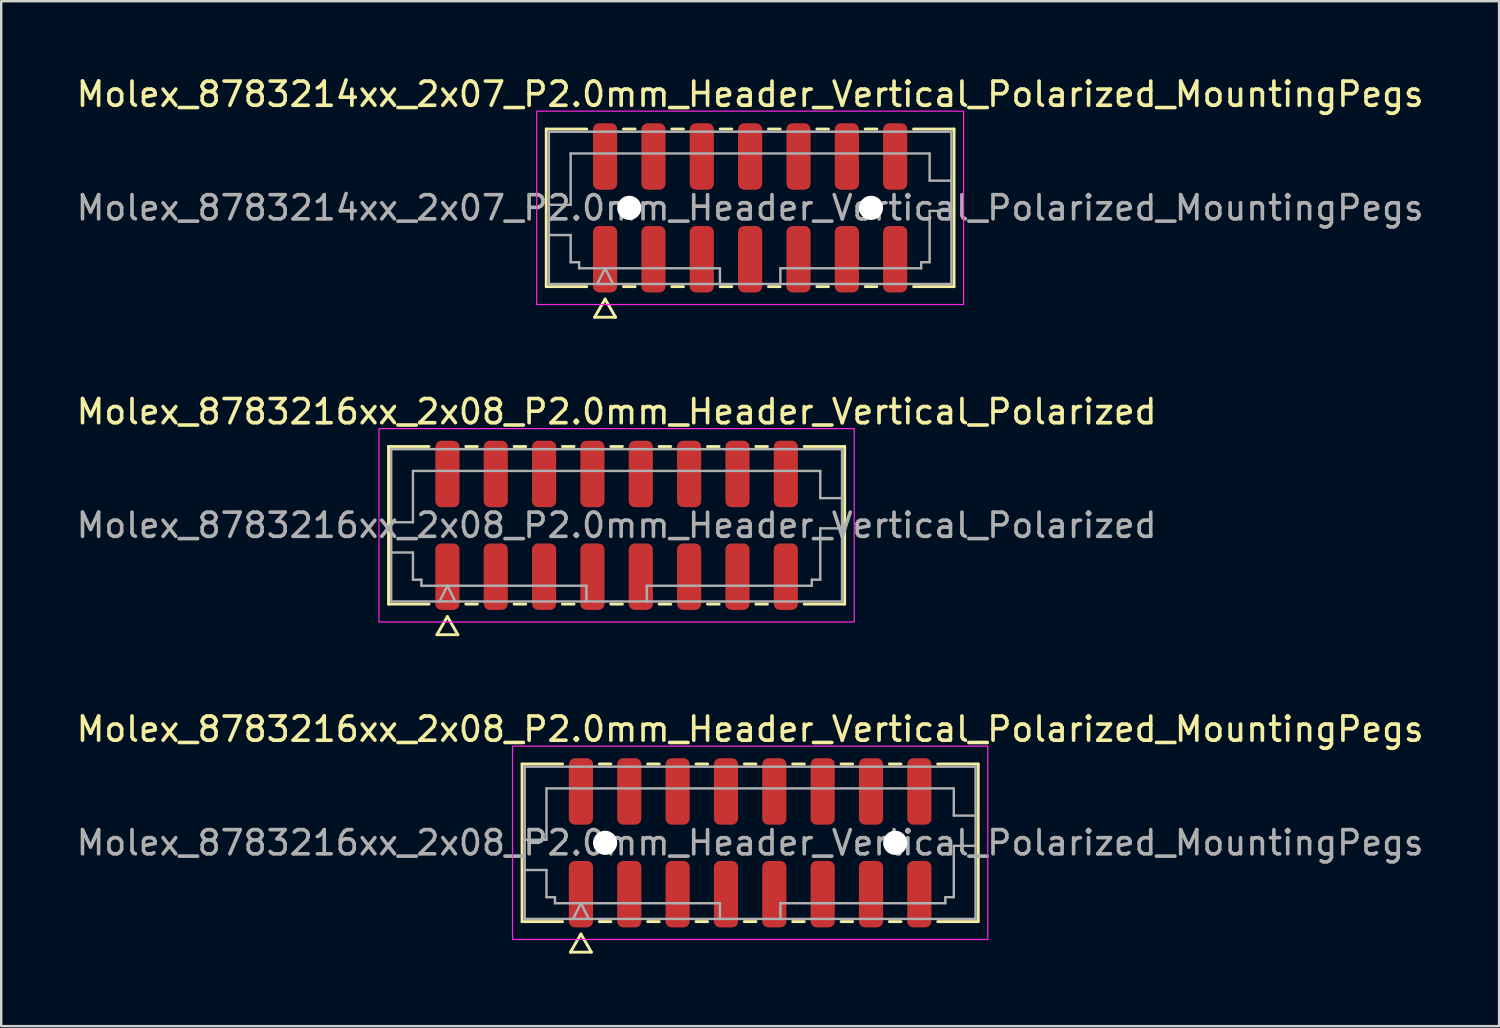
<source format=kicad_pcb>
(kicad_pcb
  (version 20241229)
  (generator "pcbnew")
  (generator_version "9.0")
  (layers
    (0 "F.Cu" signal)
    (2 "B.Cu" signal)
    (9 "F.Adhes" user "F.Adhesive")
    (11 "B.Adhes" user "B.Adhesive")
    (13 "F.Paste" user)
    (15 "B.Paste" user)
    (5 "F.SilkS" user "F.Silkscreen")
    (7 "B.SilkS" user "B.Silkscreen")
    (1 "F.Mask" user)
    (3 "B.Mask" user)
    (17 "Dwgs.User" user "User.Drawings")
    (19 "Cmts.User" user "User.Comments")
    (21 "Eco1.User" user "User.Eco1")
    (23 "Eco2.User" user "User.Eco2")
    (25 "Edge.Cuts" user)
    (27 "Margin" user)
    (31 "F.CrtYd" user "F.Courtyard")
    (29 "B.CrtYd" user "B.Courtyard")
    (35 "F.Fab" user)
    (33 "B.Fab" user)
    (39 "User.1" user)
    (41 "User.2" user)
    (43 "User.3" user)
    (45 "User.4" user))
  (footprint "Molex_8783216xx_2x08_P2.0mm_Header_Vertical_Polarized"
    (layer "F.Cu")
    (at 22.458 18.681)
    (property "Reference" "Molex_8783216xx_2x08_P2.0mm_Header_Vertical_Polarized" (at 0 -4.7 0) (layer "F.SilkS") (effects (font (size 1 1) (thickness 0.15))))
    (attr smd)
    (fp_line (start -9.435 -3.26) (end -7.76 -3.26) (stroke (width 0.12) (type solid)) (layer "F.SilkS"))
    (fp_line (start -9.435 3.26) (end -9.435 -3.26) (stroke (width 0.12) (type solid)) (layer "F.SilkS"))
    (fp_line (start -7.76 3.26) (end -9.435 3.26) (stroke (width 0.12) (type solid)) (layer "F.SilkS"))
    (fp_line (start -7.433 4.525) (end -7 3.775) (stroke (width 0.12) (type solid)) (layer "F.SilkS"))
    (fp_line (start -7 3.775) (end -6.567 4.525) (stroke (width 0.12) (type solid)) (layer "F.SilkS"))
    (fp_line (start -6.567 4.525) (end -7.433 4.525) (stroke (width 0.12) (type solid)) (layer "F.SilkS"))
    (fp_line (start -6.24 -3.26) (end -5.76 -3.26) (stroke (width 0.12) (type solid)) (layer "F.SilkS"))
    (fp_line (start -5.76 3.26) (end -6.24 3.26) (stroke (width 0.12) (type solid)) (layer "F.SilkS"))
    (fp_line (start -4.24 -3.26) (end -3.76 -3.26) (stroke (width 0.12) (type solid)) (layer "F.SilkS"))
    (fp_line (start -3.76 3.26) (end -4.24 3.26) (stroke (width 0.12) (type solid)) (layer "F.SilkS"))
    (fp_line (start -2.24 -3.26) (end -1.76 -3.26) (stroke (width 0.12) (type solid)) (layer "F.SilkS"))
    (fp_line (start -1.76 3.26) (end -2.24 3.26) (stroke (width 0.12) (type solid)) (layer "F.SilkS"))
    (fp_line (start -0.24 -3.26) (end 0.24 -3.26) (stroke (width 0.12) (type solid)) (layer "F.SilkS"))
    (fp_line (start 0.24 3.26) (end -0.24 3.26) (stroke (width 0.12) (type solid)) (layer "F.SilkS"))
    (fp_line (start 1.76 -3.26) (end 2.24 -3.26) (stroke (width 0.12) (type solid)) (layer "F.SilkS"))
    (fp_line (start 2.24 3.26) (end 1.76 3.26) (stroke (width 0.12) (type solid)) (layer "F.SilkS"))
    (fp_line (start 3.76 -3.26) (end 4.24 -3.26) (stroke (width 0.12) (type solid)) (layer "F.SilkS"))
    (fp_line (start 4.24 3.26) (end 3.76 3.26) (stroke (width 0.12) (type solid)) (layer "F.SilkS"))
    (fp_line (start 5.76 -3.26) (end 6.24 -3.26) (stroke (width 0.12) (type solid)) (layer "F.SilkS"))
    (fp_line (start 6.24 3.26) (end 5.76 3.26) (stroke (width 0.12) (type solid)) (layer "F.SilkS"))
    (fp_line (start 7.76 -3.26) (end 9.435 -3.26) (stroke (width 0.12) (type solid)) (layer "F.SilkS"))
    (fp_line (start 9.435 -3.26) (end 9.435 3.26) (stroke (width 0.12) (type solid)) (layer "F.SilkS"))
    (fp_line (start 9.435 3.26) (end 7.76 3.26) (stroke (width 0.12) (type solid)) (layer "F.SilkS"))
    (fp_rect (start -9.83 -4) (end 9.83 4) (stroke (width 0.05) (type solid)) (fill no) (layer "F.CrtYd"))
    (fp_line (start -9.325 -3.15) (end 9.325 -3.15) (stroke (width 0.1) (type solid)) (layer "F.Fab"))
    (fp_line (start -9.325 -0.125) (end -8.425 -0.125) (stroke (width 0.1) (type solid)) (layer "F.Fab"))
    (fp_line (start -9.325 1.125) (end -8.425 1.125) (stroke (width 0.1) (type solid)) (layer "F.Fab"))
    (fp_line (start -9.325 3.15) (end -9.325 -3.15) (stroke (width 0.1) (type solid)) (layer "F.Fab"))
    (fp_line (start -8.425 -2.25) (end 8.425 -2.25) (stroke (width 0.1) (type solid)) (layer "F.Fab"))
    (fp_line (start -8.425 -0.125) (end -8.425 -2.25) (stroke (width 0.1) (type solid)) (layer "F.Fab"))
    (fp_line (start -8.425 1.125) (end -8.425 2.25) (stroke (width 0.1) (type solid)) (layer "F.Fab"))
    (fp_line (start -8.425 2.25) (end -8.075 2.25) (stroke (width 0.1) (type solid)) (layer "F.Fab"))
    (fp_line (start -8.075 2.25) (end -8.075 2.5) (stroke (width 0.1) (type solid)) (layer "F.Fab"))
    (fp_line (start -8.075 2.5) (end -1.25 2.5) (stroke (width 0.1) (type solid)) (layer "F.Fab"))
    (fp_line (start -7.325 3.15) (end -7 2.5) (stroke (width 0.1) (type solid)) (layer "F.Fab"))
    (fp_line (start -7 2.5) (end -6.675 3.15) (stroke (width 0.1) (type solid)) (layer "F.Fab"))
    (fp_line (start -1.25 2.5) (end -1.25 3.15) (stroke (width 0.1) (type solid)) (layer "F.Fab"))
    (fp_line (start 1.25 2.5) (end 1.25 3.15) (stroke (width 0.1) (type solid)) (layer "F.Fab"))
    (fp_line (start 1.25 2.5) (end 8.075 2.5) (stroke (width 0.1) (type solid)) (layer "F.Fab"))
    (fp_line (start 8.075 2.25) (end 8.425 2.25) (stroke (width 0.1) (type solid)) (layer "F.Fab"))
    (fp_line (start 8.075 2.5) (end 8.075 2.25) (stroke (width 0.1) (type solid)) (layer "F.Fab"))
    (fp_line (start 8.425 -2.25) (end 8.425 -1.125) (stroke (width 0.1) (type solid)) (layer "F.Fab"))
    (fp_line (start 8.425 -1.125) (end 9.325 -1.125) (stroke (width 0.1) (type solid)) (layer "F.Fab"))
    (fp_line (start 8.425 0.125) (end 9.325 0.125) (stroke (width 0.1) (type solid)) (layer "F.Fab"))
    (fp_line (start 8.425 2.25) (end 8.425 0.125) (stroke (width 0.1) (type solid)) (layer "F.Fab"))
    (fp_line (start 9.325 -3.15) (end 9.325 3.15) (stroke (width 0.1) (type solid)) (layer "F.Fab"))
    (fp_line (start 9.325 3.15) (end -9.325 3.15) (stroke (width 0.1) (type solid)) (layer "F.Fab"))
    (fp_text user "${REFERENCE}" (at 0 0 0) (layer "F.Fab") (effects (font (size 1 1) (thickness 0.15))))
    (pad "1" smd roundrect (at -7 2.125) (size 1 2.75) (layers "F.Cu" "F.Mask" "F.Paste") (roundrect_rratio 0.25))
    (pad "2" smd roundrect (at -7 -2.125) (size 1 2.75) (layers "F.Cu" "F.Mask" "F.Paste") (roundrect_rratio 0.25))
    (pad "3" smd roundrect (at -5 2.125) (size 1 2.75) (layers "F.Cu" "F.Mask" "F.Paste") (roundrect_rratio 0.25))
    (pad "4" smd roundrect (at -5 -2.125) (size 1 2.75) (layers "F.Cu" "F.Mask" "F.Paste") (roundrect_rratio 0.25))
    (pad "5" smd roundrect (at -3 2.125) (size 1 2.75) (layers "F.Cu" "F.Mask" "F.Paste") (roundrect_rratio 0.25))
    (pad "6" smd roundrect (at -3 -2.125) (size 1 2.75) (layers "F.Cu" "F.Mask" "F.Paste") (roundrect_rratio 0.25))
    (pad "7" smd roundrect (at -1 2.125) (size 1 2.75) (layers "F.Cu" "F.Mask" "F.Paste") (roundrect_rratio 0.25))
    (pad "8" smd roundrect (at -1 -2.125) (size 1 2.75) (layers "F.Cu" "F.Mask" "F.Paste") (roundrect_rratio 0.25))
    (pad "9" smd roundrect (at 1 2.125) (size 1 2.75) (layers "F.Cu" "F.Mask" "F.Paste") (roundrect_rratio 0.25))
    (pad "10" smd roundrect (at 1 -2.125) (size 1 2.75) (layers "F.Cu" "F.Mask" "F.Paste") (roundrect_rratio 0.25))
    (pad "11" smd roundrect (at 3 2.125) (size 1 2.75) (layers "F.Cu" "F.Mask" "F.Paste") (roundrect_rratio 0.25))
    (pad "12" smd roundrect (at 3 -2.125) (size 1 2.75) (layers "F.Cu" "F.Mask" "F.Paste") (roundrect_rratio 0.25))
    (pad "13" smd roundrect (at 5 2.125) (size 1 2.75) (layers "F.Cu" "F.Mask" "F.Paste") (roundrect_rratio 0.25))
    (pad "14" smd roundrect (at 5 -2.125) (size 1 2.75) (layers "F.Cu" "F.Mask" "F.Paste") (roundrect_rratio 0.25))
    (pad "15" smd roundrect (at 7 2.125) (size 1 2.75) (layers "F.Cu" "F.Mask" "F.Paste") (roundrect_rratio 0.25))
    (pad "16" smd roundrect (at 7 -2.125) (size 1 2.75) (layers "F.Cu" "F.Mask" "F.Paste") (roundrect_rratio 0.25)))
  (footprint "Molex_8783216xx_2x08_P2.0mm_Header_Vertical_Polarized_MountingPegs"
    (layer "F.Cu")
    (at 27.982 31.815)
    (property "Reference" "Molex_8783216xx_2x08_P2.0mm_Header_Vertical_Polarized_MountingPegs" (at 0 -4.7 0) (layer "F.SilkS") (effects (font (size 1 1) (thickness 0.15))))
    (attr smd)
    (fp_line (start -9.435 -3.26) (end -7.76 -3.26) (stroke (width 0.12) (type solid)) (layer "F.SilkS"))
    (fp_line (start -9.435 3.26) (end -9.435 -3.26) (stroke (width 0.12) (type solid)) (layer "F.SilkS"))
    (fp_line (start -7.76 3.26) (end -9.435 3.26) (stroke (width 0.12) (type solid)) (layer "F.SilkS"))
    (fp_line (start -7.433 4.525) (end -7 3.775) (stroke (width 0.12) (type solid)) (layer "F.SilkS"))
    (fp_line (start -7 3.775) (end -6.567 4.525) (stroke (width 0.12) (type solid)) (layer "F.SilkS"))
    (fp_line (start -6.567 4.525) (end -7.433 4.525) (stroke (width 0.12) (type solid)) (layer "F.SilkS"))
    (fp_line (start -6.24 -3.26) (end -5.76 -3.26) (stroke (width 0.12) (type solid)) (layer "F.SilkS"))
    (fp_line (start -5.76 3.26) (end -6.24 3.26) (stroke (width 0.12) (type solid)) (layer "F.SilkS"))
    (fp_line (start -4.24 -3.26) (end -3.76 -3.26) (stroke (width 0.12) (type solid)) (layer "F.SilkS"))
    (fp_line (start -3.76 3.26) (end -4.24 3.26) (stroke (width 0.12) (type solid)) (layer "F.SilkS"))
    (fp_line (start -2.24 -3.26) (end -1.76 -3.26) (stroke (width 0.12) (type solid)) (layer "F.SilkS"))
    (fp_line (start -1.76 3.26) (end -2.24 3.26) (stroke (width 0.12) (type solid)) (layer "F.SilkS"))
    (fp_line (start -0.24 -3.26) (end 0.24 -3.26) (stroke (width 0.12) (type solid)) (layer "F.SilkS"))
    (fp_line (start 0.24 3.26) (end -0.24 3.26) (stroke (width 0.12) (type solid)) (layer "F.SilkS"))
    (fp_line (start 1.76 -3.26) (end 2.24 -3.26) (stroke (width 0.12) (type solid)) (layer "F.SilkS"))
    (fp_line (start 2.24 3.26) (end 1.76 3.26) (stroke (width 0.12) (type solid)) (layer "F.SilkS"))
    (fp_line (start 3.76 -3.26) (end 4.24 -3.26) (stroke (width 0.12) (type solid)) (layer "F.SilkS"))
    (fp_line (start 4.24 3.26) (end 3.76 3.26) (stroke (width 0.12) (type solid)) (layer "F.SilkS"))
    (fp_line (start 5.76 -3.26) (end 6.24 -3.26) (stroke (width 0.12) (type solid)) (layer "F.SilkS"))
    (fp_line (start 6.24 3.26) (end 5.76 3.26) (stroke (width 0.12) (type solid)) (layer "F.SilkS"))
    (fp_line (start 7.76 -3.26) (end 9.435 -3.26) (stroke (width 0.12) (type solid)) (layer "F.SilkS"))
    (fp_line (start 9.435 -3.26) (end 9.435 3.26) (stroke (width 0.12) (type solid)) (layer "F.SilkS"))
    (fp_line (start 9.435 3.26) (end 7.76 3.26) (stroke (width 0.12) (type solid)) (layer "F.SilkS"))
    (fp_rect (start -9.83 -4) (end 9.83 4) (stroke (width 0.05) (type solid)) (fill no) (layer "F.CrtYd"))
    (fp_line (start -9.325 -3.15) (end 9.325 -3.15) (stroke (width 0.1) (type solid)) (layer "F.Fab"))
    (fp_line (start -9.325 -0.125) (end -8.425 -0.125) (stroke (width 0.1) (type solid)) (layer "F.Fab"))
    (fp_line (start -9.325 1.125) (end -8.425 1.125) (stroke (width 0.1) (type solid)) (layer "F.Fab"))
    (fp_line (start -9.325 3.15) (end -9.325 -3.15) (stroke (width 0.1) (type solid)) (layer "F.Fab"))
    (fp_line (start -8.425 -2.25) (end 8.425 -2.25) (stroke (width 0.1) (type solid)) (layer "F.Fab"))
    (fp_line (start -8.425 -0.125) (end -8.425 -2.25) (stroke (width 0.1) (type solid)) (layer "F.Fab"))
    (fp_line (start -8.425 1.125) (end -8.425 2.25) (stroke (width 0.1) (type solid)) (layer "F.Fab"))
    (fp_line (start -8.425 2.25) (end -8.075 2.25) (stroke (width 0.1) (type solid)) (layer "F.Fab"))
    (fp_line (start -8.075 2.25) (end -8.075 2.5) (stroke (width 0.1) (type solid)) (layer "F.Fab"))
    (fp_line (start -8.075 2.5) (end -1.25 2.5) (stroke (width 0.1) (type solid)) (layer "F.Fab"))
    (fp_line (start -7.325 3.15) (end -7 2.5) (stroke (width 0.1) (type solid)) (layer "F.Fab"))
    (fp_line (start -7 2.5) (end -6.675 3.15) (stroke (width 0.1) (type solid)) (layer "F.Fab"))
    (fp_line (start -1.25 2.5) (end -1.25 3.15) (stroke (width 0.1) (type solid)) (layer "F.Fab"))
    (fp_line (start 1.25 2.5) (end 1.25 3.15) (stroke (width 0.1) (type solid)) (layer "F.Fab"))
    (fp_line (start 1.25 2.5) (end 8.075 2.5) (stroke (width 0.1) (type solid)) (layer "F.Fab"))
    (fp_line (start 8.075 2.25) (end 8.425 2.25) (stroke (width 0.1) (type solid)) (layer "F.Fab"))
    (fp_line (start 8.075 2.5) (end 8.075 2.25) (stroke (width 0.1) (type solid)) (layer "F.Fab"))
    (fp_line (start 8.425 -2.25) (end 8.425 -1.125) (stroke (width 0.1) (type solid)) (layer "F.Fab"))
    (fp_line (start 8.425 -1.125) (end 9.325 -1.125) (stroke (width 0.1) (type solid)) (layer "F.Fab"))
    (fp_line (start 8.425 0.125) (end 9.325 0.125) (stroke (width 0.1) (type solid)) (layer "F.Fab"))
    (fp_line (start 8.425 2.25) (end 8.425 0.125) (stroke (width 0.1) (type solid)) (layer "F.Fab"))
    (fp_line (start 9.325 -3.15) (end 9.325 3.15) (stroke (width 0.1) (type solid)) (layer "F.Fab"))
    (fp_line (start 9.325 3.15) (end -9.325 3.15) (stroke (width 0.1) (type solid)) (layer "F.Fab"))
    (fp_text user "${REFERENCE}" (at 0 0 0) (layer "F.Fab") (effects (font (size 1 1) (thickness 0.15))))
    (pad "" np_thru_hole circle (at -6 0) (size 1 1) (drill 1) (layers "*.Cu" "*.Mask"))
    (pad "" np_thru_hole circle (at 6 0) (size 1 1) (drill 1) (layers "*.Cu" "*.Mask"))
    (pad "1" smd roundrect (at -7 2.125) (size 1 2.75) (layers "F.Cu" "F.Mask" "F.Paste") (roundrect_rratio 0.25))
    (pad "2" smd roundrect (at -7 -2.125) (size 1 2.75) (layers "F.Cu" "F.Mask" "F.Paste") (roundrect_rratio 0.25))
    (pad "3" smd roundrect (at -5 2.125) (size 1 2.75) (layers "F.Cu" "F.Mask" "F.Paste") (roundrect_rratio 0.25))
    (pad "4" smd roundrect (at -5 -2.125) (size 1 2.75) (layers "F.Cu" "F.Mask" "F.Paste") (roundrect_rratio 0.25))
    (pad "5" smd roundrect (at -3 2.125) (size 1 2.75) (layers "F.Cu" "F.Mask" "F.Paste") (roundrect_rratio 0.25))
    (pad "6" smd roundrect (at -3 -2.125) (size 1 2.75) (layers "F.Cu" "F.Mask" "F.Paste") (roundrect_rratio 0.25))
    (pad "7" smd roundrect (at -1 2.125) (size 1 2.75) (layers "F.Cu" "F.Mask" "F.Paste") (roundrect_rratio 0.25))
    (pad "8" smd roundrect (at -1 -2.125) (size 1 2.75) (layers "F.Cu" "F.Mask" "F.Paste") (roundrect_rratio 0.25))
    (pad "9" smd roundrect (at 1 2.125) (size 1 2.75) (layers "F.Cu" "F.Mask" "F.Paste") (roundrect_rratio 0.25))
    (pad "10" smd roundrect (at 1 -2.125) (size 1 2.75) (layers "F.Cu" "F.Mask" "F.Paste") (roundrect_rratio 0.25))
    (pad "11" smd roundrect (at 3 2.125) (size 1 2.75) (layers "F.Cu" "F.Mask" "F.Paste") (roundrect_rratio 0.25))
    (pad "12" smd roundrect (at 3 -2.125) (size 1 2.75) (layers "F.Cu" "F.Mask" "F.Paste") (roundrect_rratio 0.25))
    (pad "13" smd roundrect (at 5 2.125) (size 1 2.75) (layers "F.Cu" "F.Mask" "F.Paste") (roundrect_rratio 0.25))
    (pad "14" smd roundrect (at 5 -2.125) (size 1 2.75) (layers "F.Cu" "F.Mask" "F.Paste") (roundrect_rratio 0.25))
    (pad "15" smd roundrect (at 7 2.125) (size 1 2.75) (layers "F.Cu" "F.Mask" "F.Paste") (roundrect_rratio 0.25))
    (pad "16" smd roundrect (at 7 -2.125) (size 1 2.75) (layers "F.Cu" "F.Mask" "F.Paste") (roundrect_rratio 0.25)))
  (footprint "Molex_8783214xx_2x07_P2.0mm_Header_Vertical_Polarized_MountingPegs"
    (layer "F.Cu")
    (at 27.982 5.548)
    (property "Reference" "Molex_8783214xx_2x07_P2.0mm_Header_Vertical_Polarized_MountingPegs" (at 0 -4.7 0) (layer "F.SilkS") (effects (font (size 1 1) (thickness 0.15))))
    (attr smd)
    (fp_line (start -8.435 -3.26) (end -6.76 -3.26) (stroke (width 0.12) (type solid)) (layer "F.SilkS"))
    (fp_line (start -8.435 3.26) (end -8.435 -3.26) (stroke (width 0.12) (type solid)) (layer "F.SilkS"))
    (fp_line (start -6.76 3.26) (end -8.435 3.26) (stroke (width 0.12) (type solid)) (layer "F.SilkS"))
    (fp_line (start -6.433 4.525) (end -6 3.775) (stroke (width 0.12) (type solid)) (layer "F.SilkS"))
    (fp_line (start -6 3.775) (end -5.567 4.525) (stroke (width 0.12) (type solid)) (layer "F.SilkS"))
    (fp_line (start -5.567 4.525) (end -6.433 4.525) (stroke (width 0.12) (type solid)) (layer "F.SilkS"))
    (fp_line (start -5.24 -3.26) (end -4.76 -3.26) (stroke (width 0.12) (type solid)) (layer "F.SilkS"))
    (fp_line (start -4.76 3.26) (end -5.24 3.26) (stroke (width 0.12) (type solid)) (layer "F.SilkS"))
    (fp_line (start -3.24 -3.26) (end -2.76 -3.26) (stroke (width 0.12) (type solid)) (layer "F.SilkS"))
    (fp_line (start -2.76 3.26) (end -3.24 3.26) (stroke (width 0.12) (type solid)) (layer "F.SilkS"))
    (fp_line (start -1.24 -3.26) (end -0.76 -3.26) (stroke (width 0.12) (type solid)) (layer "F.SilkS"))
    (fp_line (start -0.76 3.26) (end -1.24 3.26) (stroke (width 0.12) (type solid)) (layer "F.SilkS"))
    (fp_line (start 0.76 -3.26) (end 1.24 -3.26) (stroke (width 0.12) (type solid)) (layer "F.SilkS"))
    (fp_line (start 1.24 3.26) (end 0.76 3.26) (stroke (width 0.12) (type solid)) (layer "F.SilkS"))
    (fp_line (start 2.76 -3.26) (end 3.24 -3.26) (stroke (width 0.12) (type solid)) (layer "F.SilkS"))
    (fp_line (start 3.24 3.26) (end 2.76 3.26) (stroke (width 0.12) (type solid)) (layer "F.SilkS"))
    (fp_line (start 4.76 -3.26) (end 5.24 -3.26) (stroke (width 0.12) (type solid)) (layer "F.SilkS"))
    (fp_line (start 5.24 3.26) (end 4.76 3.26) (stroke (width 0.12) (type solid)) (layer "F.SilkS"))
    (fp_line (start 6.76 -3.26) (end 8.435 -3.26) (stroke (width 0.12) (type solid)) (layer "F.SilkS"))
    (fp_line (start 8.435 -3.26) (end 8.435 3.26) (stroke (width 0.12) (type solid)) (layer "F.SilkS"))
    (fp_line (start 8.435 3.26) (end 6.76 3.26) (stroke (width 0.12) (type solid)) (layer "F.SilkS"))
    (fp_rect (start -8.83 -4) (end 8.83 4) (stroke (width 0.05) (type solid)) (fill no) (layer "F.CrtYd"))
    (fp_line (start -8.325 -3.15) (end 8.325 -3.15) (stroke (width 0.1) (type solid)) (layer "F.Fab"))
    (fp_line (start -8.325 -0.125) (end -7.425 -0.125) (stroke (width 0.1) (type solid)) (layer "F.Fab"))
    (fp_line (start -8.325 1.125) (end -7.425 1.125) (stroke (width 0.1) (type solid)) (layer "F.Fab"))
    (fp_line (start -8.325 3.15) (end -8.325 -3.15) (stroke (width 0.1) (type solid)) (layer "F.Fab"))
    (fp_line (start -7.425 -2.25) (end 7.425 -2.25) (stroke (width 0.1) (type solid)) (layer "F.Fab"))
    (fp_line (start -7.425 -0.125) (end -7.425 -2.25) (stroke (width 0.1) (type solid)) (layer "F.Fab"))
    (fp_line (start -7.425 1.125) (end -7.425 2.25) (stroke (width 0.1) (type solid)) (layer "F.Fab"))
    (fp_line (start -7.425 2.25) (end -7.075 2.25) (stroke (width 0.1) (type solid)) (layer "F.Fab"))
    (fp_line (start -7.075 2.25) (end -7.075 2.5) (stroke (width 0.1) (type solid)) (layer "F.Fab"))
    (fp_line (start -7.075 2.5) (end -1.25 2.5) (stroke (width 0.1) (type solid)) (layer "F.Fab"))
    (fp_line (start -6.325 3.15) (end -6 2.5) (stroke (width 0.1) (type solid)) (layer "F.Fab"))
    (fp_line (start -6 2.5) (end -5.675 3.15) (stroke (width 0.1) (type solid)) (layer "F.Fab"))
    (fp_line (start -1.25 2.5) (end -1.25 3.15) (stroke (width 0.1) (type solid)) (layer "F.Fab"))
    (fp_line (start 1.25 2.5) (end 1.25 3.15) (stroke (width 0.1) (type solid)) (layer "F.Fab"))
    (fp_line (start 1.25 2.5) (end 7.075 2.5) (stroke (width 0.1) (type solid)) (layer "F.Fab"))
    (fp_line (start 7.075 2.25) (end 7.425 2.25) (stroke (width 0.1) (type solid)) (layer "F.Fab"))
    (fp_line (start 7.075 2.5) (end 7.075 2.25) (stroke (width 0.1) (type solid)) (layer "F.Fab"))
    (fp_line (start 7.425 -2.25) (end 7.425 -1.125) (stroke (width 0.1) (type solid)) (layer "F.Fab"))
    (fp_line (start 7.425 -1.125) (end 8.325 -1.125) (stroke (width 0.1) (type solid)) (layer "F.Fab"))
    (fp_line (start 7.425 0.125) (end 8.325 0.125) (stroke (width 0.1) (type solid)) (layer "F.Fab"))
    (fp_line (start 7.425 2.25) (end 7.425 0.125) (stroke (width 0.1) (type solid)) (layer "F.Fab"))
    (fp_line (start 8.325 -3.15) (end 8.325 3.15) (stroke (width 0.1) (type solid)) (layer "F.Fab"))
    (fp_line (start 8.325 3.15) (end -8.325 3.15) (stroke (width 0.1) (type solid)) (layer "F.Fab"))
    (fp_text user "${REFERENCE}" (at 0 0 0) (layer "F.Fab") (effects (font (size 1 1) (thickness 0.15))))
    (pad "" np_thru_hole circle (at -5 0) (size 1 1) (drill 1) (layers "*.Cu" "*.Mask"))
    (pad "" np_thru_hole circle (at 5 0) (size 1 1) (drill 1) (layers "*.Cu" "*.Mask"))
    (pad "1" smd roundrect (at -6 2.125) (size 1 2.75) (layers "F.Cu" "F.Mask" "F.Paste") (roundrect_rratio 0.25))
    (pad "2" smd roundrect (at -6 -2.125) (size 1 2.75) (layers "F.Cu" "F.Mask" "F.Paste") (roundrect_rratio 0.25))
    (pad "3" smd roundrect (at -4 2.125) (size 1 2.75) (layers "F.Cu" "F.Mask" "F.Paste") (roundrect_rratio 0.25))
    (pad "4" smd roundrect (at -4 -2.125) (size 1 2.75) (layers "F.Cu" "F.Mask" "F.Paste") (roundrect_rratio 0.25))
    (pad "5" smd roundrect (at -2 2.125) (size 1 2.75) (layers "F.Cu" "F.Mask" "F.Paste") (roundrect_rratio 0.25))
    (pad "6" smd roundrect (at -2 -2.125) (size 1 2.75) (layers "F.Cu" "F.Mask" "F.Paste") (roundrect_rratio 0.25))
    (pad "7" smd roundrect (at 0 2.125) (size 1 2.75) (layers "F.Cu" "F.Mask" "F.Paste") (roundrect_rratio 0.25))
    (pad "8" smd roundrect (at 0 -2.125) (size 1 2.75) (layers "F.Cu" "F.Mask" "F.Paste") (roundrect_rratio 0.25))
    (pad "9" smd roundrect (at 2 2.125) (size 1 2.75) (layers "F.Cu" "F.Mask" "F.Paste") (roundrect_rratio 0.25))
    (pad "10" smd roundrect (at 2 -2.125) (size 1 2.75) (layers "F.Cu" "F.Mask" "F.Paste") (roundrect_rratio 0.25))
    (pad "11" smd roundrect (at 4 2.125) (size 1 2.75) (layers "F.Cu" "F.Mask" "F.Paste") (roundrect_rratio 0.25))
    (pad "12" smd roundrect (at 4 -2.125) (size 1 2.75) (layers "F.Cu" "F.Mask" "F.Paste") (roundrect_rratio 0.25))
    (pad "13" smd roundrect (at 6 2.125) (size 1 2.75) (layers "F.Cu" "F.Mask" "F.Paste") (roundrect_rratio 0.25))
    (pad "14" smd roundrect (at 6 -2.125) (size 1 2.75) (layers "F.Cu" "F.Mask" "F.Paste") (roundrect_rratio 0.25)))
  (gr_rect
    (start -3 -3)
    (end 58.964 39.4)
    (stroke (width 0.1) (type default))
    (fill no)
    (layer "Edge.Cuts")))
</source>
